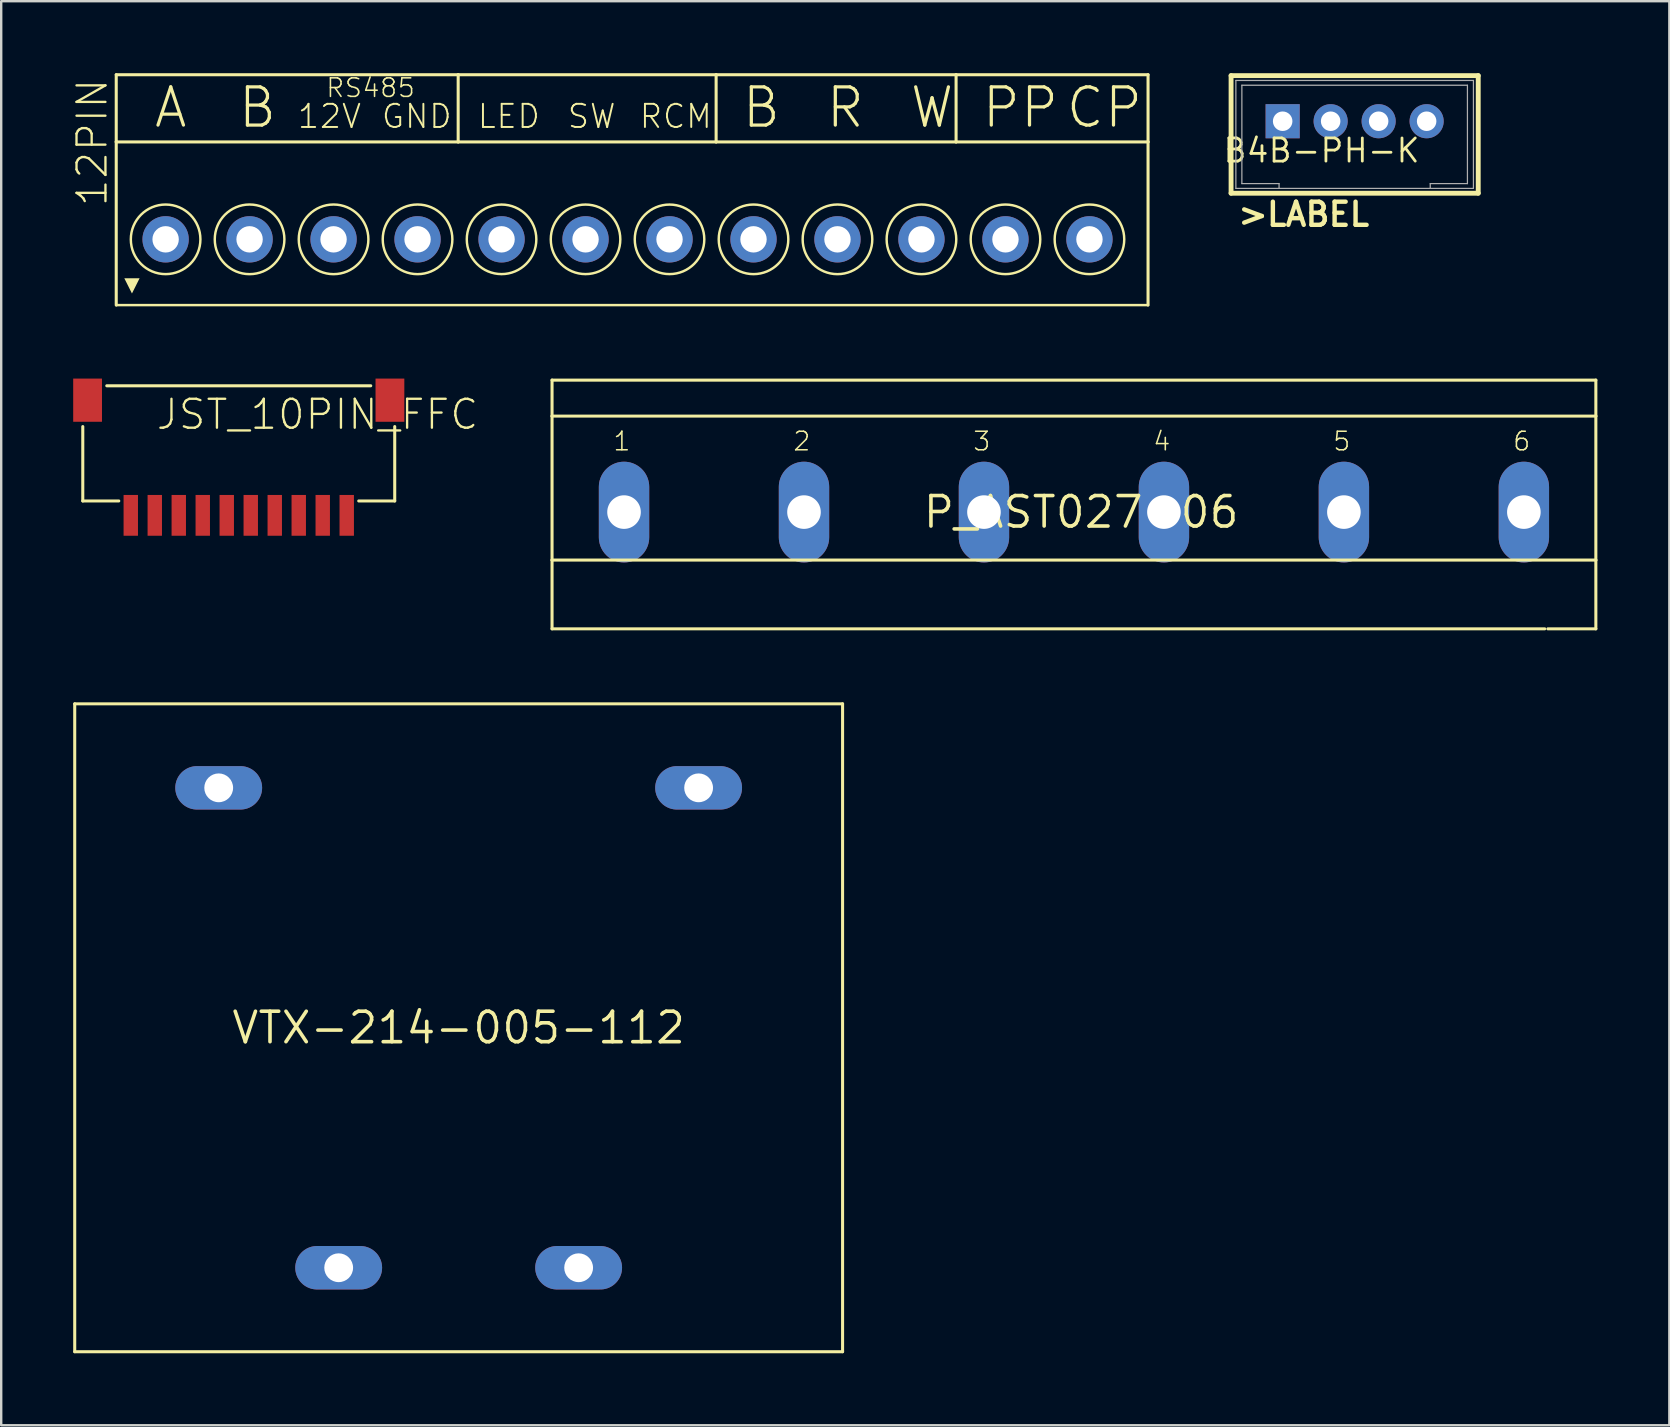
<source format=kicad_pcb>
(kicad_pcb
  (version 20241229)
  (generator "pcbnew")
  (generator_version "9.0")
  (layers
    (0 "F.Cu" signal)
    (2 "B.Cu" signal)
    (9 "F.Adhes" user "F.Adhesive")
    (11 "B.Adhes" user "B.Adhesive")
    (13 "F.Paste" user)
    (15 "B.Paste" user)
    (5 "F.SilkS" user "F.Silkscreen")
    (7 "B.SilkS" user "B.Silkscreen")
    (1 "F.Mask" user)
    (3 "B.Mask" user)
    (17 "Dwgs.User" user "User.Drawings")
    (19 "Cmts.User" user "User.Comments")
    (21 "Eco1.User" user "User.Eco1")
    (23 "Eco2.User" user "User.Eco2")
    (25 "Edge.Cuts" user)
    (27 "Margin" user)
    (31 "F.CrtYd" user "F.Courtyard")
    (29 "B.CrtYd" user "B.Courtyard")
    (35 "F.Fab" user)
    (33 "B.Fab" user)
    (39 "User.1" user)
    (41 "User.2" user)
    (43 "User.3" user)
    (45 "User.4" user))
  (footprint "VTX-214-005-112"
    (layer "F.Cu")
    (at 16.064 39.782)
    (property "Reference" "VTX-214-005-112" (at 0 0 0) (layer "F.SilkS") (effects (font (size 1.27 1.27) (thickness 0.15))))
    (attr through_hole)
    (fp_line (start -16 -13.5) (end -16 13.5) (stroke (width 0.127) (type solid)) (layer "F.SilkS"))
    (fp_line (start -16 13.5) (end 16 13.5) (stroke (width 0.127) (type solid)) (layer "F.SilkS"))
    (fp_line (start 16 -13.5) (end -16 -13.5) (stroke (width 0.127) (type solid)) (layer "F.SilkS"))
    (fp_line (start 16 13.5) (end 16 -13.5) (stroke (width 0.127) (type solid)) (layer "F.SilkS"))
    (pad "1" thru_hole oval (at 10 -10 180) (size 3.619 1.81) (drill 1.2) (layers "*.Cu" "*.Mask"))
    (pad "2" thru_hole oval (at -10 -10 180) (size 3.619 1.81) (drill 1.2) (layers "*.Cu" "*.Mask"))
    (pad "3" thru_hole oval (at -5 10 180) (size 3.619 1.81) (drill 1.2) (layers "*.Cu" "*.Mask"))
    (pad "4" thru_hole oval (at 5 10 180) (size 3.619 1.81) (drill 1.2) (layers "*.Cu" "*.Mask")))
  (footprint "12PIN"
    (layer "F.Cu")
    (at 22.794 6.364)
    (property "Reference" "12PIN" (at -21.297 -0.739 270) (layer "F.SilkS") (effects (font (size 1.206 1.206) (thickness 0.097)) (justify left bottom)))
    (attr through_hole)
    (fp_line (start -21 -3.5) (end -21 -6.3) (stroke (width 0.127) (type solid)) (layer "F.SilkS"))
    (fp_line (start -21 -3.5) (end -21 3.3) (stroke (width 0.127) (type solid)) (layer "F.SilkS"))
    (fp_line (start -21 -3.5) (end -6.75 -3.5) (stroke (width 0.127) (type solid)) (layer "F.SilkS"))
    (fp_line (start -21 3.3) (end 22 3.3) (stroke (width 0.102) (type solid)) (layer "F.SilkS"))
    (fp_line (start -6.75 -6.3) (end -21 -6.3) (stroke (width 0.127) (type solid)) (layer "F.SilkS"))
    (fp_line (start -6.75 -3.5) (end -6.75 -6.3) (stroke (width 0.127) (type solid)) (layer "F.SilkS"))
    (fp_line (start -6.75 -3.5) (end 4 -3.5) (stroke (width 0.127) (type solid)) (layer "F.SilkS"))
    (fp_line (start 4 -6.3) (end -6.75 -6.3) (stroke (width 0.127) (type solid)) (layer "F.SilkS"))
    (fp_line (start 4 -3.5) (end 4 -6.3) (stroke (width 0.127) (type solid)) (layer "F.SilkS"))
    (fp_line (start 4 -3.5) (end 14 -3.5) (stroke (width 0.127) (type solid)) (layer "F.SilkS"))
    (fp_line (start 14 -6.3) (end 4 -6.3) (stroke (width 0.127) (type solid)) (layer "F.SilkS"))
    (fp_line (start 14 -3.5) (end 14 -6.3) (stroke (width 0.127) (type solid)) (layer "F.SilkS"))
    (fp_line (start 14 -3.5) (end 22 -3.5) (stroke (width 0.127) (type solid)) (layer "F.SilkS"))
    (fp_line (start 22 -6.3) (end 14 -6.3) (stroke (width 0.127) (type solid)) (layer "F.SilkS"))
    (fp_line (start 22 -6.3) (end 22 -3.5) (stroke (width 0.127) (type solid)) (layer "F.SilkS"))
    (fp_line (start 22 -3.5) (end 22 3.3) (stroke (width 0.127) (type solid)) (layer "F.SilkS"))
    (fp_circle (center -18.942 0.56) (end -17.492 0.56) (stroke (width 0.102) (type solid)) (fill no) (layer "F.SilkS"))
    (fp_circle (center -15.443 0.56) (end -13.992 0.56) (stroke (width 0.102) (type solid)) (fill no) (layer "F.SilkS"))
    (fp_circle (center -11.943 0.56) (end -10.492 0.56) (stroke (width 0.102) (type solid)) (fill no) (layer "F.SilkS"))
    (fp_circle (center -8.443 0.56) (end -6.992 0.56) (stroke (width 0.102) (type solid)) (fill no) (layer "F.SilkS"))
    (fp_circle (center -4.942 0.56) (end -3.493 0.56) (stroke (width 0.102) (type solid)) (fill no) (layer "F.SilkS"))
    (fp_circle (center -1.442 0.56) (end 0.007 0.56) (stroke (width 0.102) (type solid)) (fill no) (layer "F.SilkS"))
    (fp_circle (center 2.058 0.56) (end 3.507 0.56) (stroke (width 0.102) (type solid)) (fill no) (layer "F.SilkS"))
    (fp_circle (center 5.558 0.56) (end 7.008 0.56) (stroke (width 0.102) (type solid)) (fill no) (layer "F.SilkS"))
    (fp_circle (center 9.057 0.56) (end 10.508 0.56) (stroke (width 0.102) (type solid)) (fill no) (layer "F.SilkS"))
    (fp_circle (center 12.557 0.56) (end 14.008 0.56) (stroke (width 0.102) (type solid)) (fill no) (layer "F.SilkS"))
    (fp_circle (center 16.058 0.56) (end 17.508 0.56) (stroke (width 0.102) (type solid)) (fill no) (layer "F.SilkS"))
    (fp_circle (center 19.558 0.56) (end 21.008 0.56) (stroke (width 0.102) (type solid)) (fill no) (layer "F.SilkS"))
    (fp_poly (pts (xy -20.345 2.817) (xy -20.663 2.183) (xy -20.027 2.183)) (stroke (width 0) (type solid)) (fill yes) (layer "F.SilkS"))
    (fp_text user "RCM" (at 0.75 -4 0) (layer "F.SilkS") (effects (font (size 0.965 0.965) (thickness 0.081)) (justify left bottom)))
    (fp_text user "12V" (at -13.5 -4 0) (layer "F.SilkS") (effects (font (size 0.965 0.965) (thickness 0.081)) (justify left bottom)))
    (fp_text user "RS485" (at -12.3 -5.3 0) (layer "F.SilkS") (effects (font (size 0.772 0.772) (thickness 0.065)) (justify left bottom)))
    (fp_text user "W" (at 12 -4 0) (layer "F.SilkS") (effects (font (size 1.593 1.593) (thickness 0.134)) (justify left bottom)))
    (fp_text user "A" (at -19.5 -4 0) (layer "F.SilkS") (effects (font (size 1.593 1.593) (thickness 0.134)) (justify left bottom)))
    (fp_text user "B" (at 5 -4 0) (layer "F.SilkS") (effects (font (size 1.593 1.593) (thickness 0.134)) (justify left bottom)))
    (fp_text user "GND" (at -10 -4 0) (layer "F.SilkS") (effects (font (size 0.965 0.965) (thickness 0.081)) (justify left bottom)))
    (fp_text user "SW" (at -2.25 -4 0) (layer "F.SilkS") (effects (font (size 0.965 0.965) (thickness 0.081)) (justify left bottom)))
    (fp_text user "B" (at -16 -4 0) (layer "F.SilkS") (effects (font (size 1.593 1.593) (thickness 0.134)) (justify left bottom)))
    (fp_text user "PP" (at 15 -4 0) (layer "F.SilkS") (effects (font (size 1.593 1.593) (thickness 0.134)) (justify left bottom)))
    (fp_text user "CP" (at 18.5 -4 0) (layer "F.SilkS") (effects (font (size 1.593 1.593) (thickness 0.134)) (justify left bottom)))
    (fp_text user "LED" (at -6 -4 0) (layer "F.SilkS") (effects (font (size 0.965 0.965) (thickness 0.081)) (justify left bottom)))
    (fp_text user "R" (at 8.5 -4 0) (layer "F.SilkS") (effects (font (size 1.593 1.593) (thickness 0.134)) (justify left bottom)))
    (pad "1" thru_hole circle (at -18.942 0.56 90) (size 1.93 1.93) (drill 1.1) (layers "*.Cu" "*.Mask"))
    (pad "2" thru_hole circle (at -15.443 0.56 90) (size 1.93 1.93) (drill 1.1) (layers "*.Cu" "*.Mask"))
    (pad "3" thru_hole circle (at -11.943 0.56 90) (size 1.93 1.93) (drill 1.1) (layers "*.Cu" "*.Mask"))
    (pad "4" thru_hole circle (at -8.443 0.56 90) (size 1.93 1.93) (drill 1.1) (layers "*.Cu" "*.Mask"))
    (pad "5" thru_hole circle (at -4.942 0.56 90) (size 1.93 1.93) (drill 1.1) (layers "*.Cu" "*.Mask"))
    (pad "6" thru_hole circle (at -1.442 0.56 90) (size 1.93 1.93) (drill 1.1) (layers "*.Cu" "*.Mask"))
    (pad "7" thru_hole circle (at 2.058 0.56 90) (size 1.93 1.93) (drill 1.1) (layers "*.Cu" "*.Mask"))
    (pad "8" thru_hole circle (at 5.558 0.56 90) (size 1.93 1.93) (drill 1.1) (layers "*.Cu" "*.Mask"))
    (pad "9" thru_hole circle (at 9.057 0.56 90) (size 1.93 1.93) (drill 1.1) (layers "*.Cu" "*.Mask"))
    (pad "10" thru_hole circle (at 12.557 0.56 90) (size 1.93 1.93) (drill 1.1) (layers "*.Cu" "*.Mask"))
    (pad "11" thru_hole circle (at 16.058 0.56 90) (size 1.93 1.93) (drill 1.1) (layers "*.Cu" "*.Mask"))
    (pad "12" thru_hole circle (at 19.558 0.56 90) (size 1.93 1.93) (drill 1.1) (layers "*.Cu" "*.Mask")))
  (footprint "JST_10PIN_FFC"
    (layer "F.Cu")
    (at 6.9 15.427)
    (property "Reference" "JST_10PIN_FFC" (at -3.5 -0.5 0) (layer "F.SilkS") (effects (font (size 1.206 1.206) (thickness 0.097)) (justify left bottom)))
    (attr through_hole)
    (fp_line (start -6.5 -0.7) (end -6.5 2.4) (stroke (width 0.127) (type solid)) (layer "F.SilkS"))
    (fp_line (start -6.5 2.4) (end -5 2.4) (stroke (width 0.127) (type solid)) (layer "F.SilkS"))
    (fp_line (start -5.5 -2.4) (end 5.5 -2.4) (stroke (width 0.127) (type solid)) (layer "F.SilkS"))
    (fp_line (start 6.5 -0.7) (end 6.5 2.4) (stroke (width 0.127) (type solid)) (layer "F.SilkS"))
    (fp_line (start 6.5 2.4) (end 5 2.4) (stroke (width 0.127) (type solid)) (layer "F.SilkS"))
    (pad "1" smd rect (at -4.5 3 90) (size 1.7 0.6) (layers "F.Cu" "F.Mask" "F.Paste"))
    (pad "2" smd rect (at -3.5 3 90) (size 1.7 0.6) (layers "F.Cu" "F.Mask" "F.Paste"))
    (pad "3" smd rect (at -2.5 3 90) (size 1.7 0.6) (layers "F.Cu" "F.Mask" "F.Paste"))
    (pad "4" smd rect (at -1.5 3 90) (size 1.7 0.6) (layers "F.Cu" "F.Mask" "F.Paste"))
    (pad "5" smd rect (at -0.5 3 90) (size 1.7 0.6) (layers "F.Cu" "F.Mask" "F.Paste"))
    (pad "6" smd rect (at 0.5 3 90) (size 1.7 0.6) (layers "F.Cu" "F.Mask" "F.Paste"))
    (pad "7" smd rect (at 1.5 3 90) (size 1.7 0.6) (layers "F.Cu" "F.Mask" "F.Paste"))
    (pad "8" smd rect (at 2.5 3 90) (size 1.7 0.6) (layers "F.Cu" "F.Mask" "F.Paste"))
    (pad "9" smd rect (at 3.5 3 90) (size 1.7 0.6) (layers "F.Cu" "F.Mask" "F.Paste"))
    (pad "10" smd rect (at 4.5 3 90) (size 1.7 0.6) (layers "F.Cu" "F.Mask" "F.Paste"))
    (pad "11" smd rect (at 6.3 -1.8 90) (size 1.8 1.2) (layers "F.Cu" "F.Mask" "F.Paste"))
    (pad "13" smd rect (at -6.3 -1.8 90) (size 1.8 1.2) (layers "F.Cu" "F.Mask" "F.Paste")))
  (footprint "P_AST027-06"
    (layer "F.Cu")
    (at 42.006 18.291)
    (property "Reference" "P_AST027-06" (at 0 0 0) (layer "F.SilkS") (effects (font (size 1.27 1.27) (thickness 0.15))))
    (attr through_hole)
    (fp_line (start -22.05 -5.5) (end 21.45 -5.5) (stroke (width 0.127) (type solid)) (layer "F.SilkS"))
    (fp_line (start -22.05 -4) (end -22.05 -5.5) (stroke (width 0.127) (type solid)) (layer "F.SilkS"))
    (fp_line (start -22.05 -4) (end 21.45 -4) (stroke (width 0.127) (type solid)) (layer "F.SilkS"))
    (fp_line (start -22.05 2) (end -22.05 -4) (stroke (width 0.127) (type solid)) (layer "F.SilkS"))
    (fp_line (start -22.05 2) (end 21.45 2) (stroke (width 0.127) (type solid)) (layer "F.SilkS"))
    (fp_line (start -22.05 4.865) (end -22.05 2) (stroke (width 0.127) (type solid)) (layer "F.SilkS"))
    (fp_line (start -22.05 4.865) (end 19.32 4.865) (stroke (width 0.127) (type solid)) (layer "F.SilkS"))
    (fp_line (start 19.45 4.865) (end 21.45 4.865) (stroke (width 0.127) (type solid)) (layer "F.SilkS"))
    (fp_line (start 21.45 -5.5) (end 21.45 -4) (stroke (width 0.127) (type solid)) (layer "F.SilkS"))
    (fp_line (start 21.45 -4) (end 21.45 2) (stroke (width 0.127) (type solid)) (layer "F.SilkS"))
    (fp_line (start 21.45 2) (end 21.45 4.865) (stroke (width 0.127) (type solid)) (layer "F.SilkS"))
    (fp_text user "6" (at 17.95 -2.5 0) (layer "F.SilkS") (effects (font (size 0.772 0.772) (thickness 0.065)) (justify left bottom)))
    (fp_text user "2" (at -12.05 -2.5 0) (layer "F.SilkS") (effects (font (size 0.772 0.772) (thickness 0.065)) (justify left bottom)))
    (fp_text user "4" (at 2.95 -2.5 0) (layer "F.SilkS") (effects (font (size 0.772 0.772) (thickness 0.065)) (justify left bottom)))
    (fp_text user "3" (at -4.55 -2.5 0) (layer "F.SilkS") (effects (font (size 0.772 0.772) (thickness 0.065)) (justify left bottom)))
    (fp_text user "5" (at 10.45 -2.5 0) (layer "F.SilkS") (effects (font (size 0.772 0.772) (thickness 0.065)) (justify left bottom)))
    (fp_text user "1" (at -19.55 -2.5 0) (layer "F.SilkS") (effects (font (size 0.772 0.772) (thickness 0.065)) (justify left bottom)))
    (pad "P$1" thru_hole oval (at -19.05 0 90) (size 4.2 2.1) (drill 1.4) (layers "*.Cu" "*.Mask"))
    (pad "P$2" thru_hole oval (at -11.55 0 90) (size 4.2 2.1) (drill 1.4) (layers "*.Cu" "*.Mask"))
    (pad "P$3" thru_hole oval (at -4.05 0 90) (size 4.2 2.1) (drill 1.4) (layers "*.Cu" "*.Mask"))
    (pad "P$4" thru_hole oval (at 3.45 0 90) (size 4.2 2.1) (drill 1.4) (layers "*.Cu" "*.Mask"))
    (pad "P$5" thru_hole oval (at 10.95 0 90) (size 4.2 2.1) (drill 1.4) (layers "*.Cu" "*.Mask"))
    (pad "P$6" thru_hole oval (at 18.45 0 90) (size 4.2 2.1) (drill 1.4) (layers "*.Cu" "*.Mask")))
  (footprint "B4B-PH-K"
    (layer "F.Cu")
    (at 53.404 2.002)
    (property "Reference" "B4B-PH-K" (at -5.547 1.786 180) (layer "F.SilkS") (effects (font (size 0.965 0.965) (thickness 0.116)) (justify left bottom)))
    (attr through_hole)
    (fp_line (start -5.15 -1.9) (end 5.15 -1.9) (stroke (width 0.203) (type solid)) (layer "F.SilkS"))
    (fp_line (start -5.15 3) (end -5.15 -1.9) (stroke (width 0.203) (type solid)) (layer "F.SilkS"))
    (fp_line (start 5.15 -1.9) (end 5.15 3) (stroke (width 0.203) (type solid)) (layer "F.SilkS"))
    (fp_line (start 5.15 3) (end -5.15 3) (stroke (width 0.203) (type solid)) (layer "F.SilkS"))
    (fp_line (start -4.95 -1.7) (end 4.95 -1.7) (stroke (width 0.051) (type solid)) (layer "F.Fab"))
    (fp_line (start -4.95 2.8) (end -4.95 -1.7) (stroke (width 0.051) (type solid)) (layer "F.Fab"))
    (fp_line (start -4.7 2.6) (end -4.7 -1.5) (stroke (width 0.051) (type solid)) (layer "F.Fab"))
    (fp_line (start -3.15 2.6) (end -4.7 2.6) (stroke (width 0.051) (type solid)) (layer "F.Fab"))
    (fp_line (start -3.15 2.8) (end -4.95 2.8) (stroke (width 0.051) (type solid)) (layer "F.Fab"))
    (fp_line (start -3.15 2.8) (end -3.15 2.6) (stroke (width 0.051) (type solid)) (layer "F.Fab"))
    (fp_line (start 3.15 2.8) (end -3.15 2.8) (stroke (width 0.051) (type solid)) (layer "F.Fab"))
    (fp_line (start 3.15 2.8) (end 3.15 2.6) (stroke (width 0.051) (type solid)) (layer "F.Fab"))
    (fp_line (start 4.7 -1.5) (end -4.7 -1.5) (stroke (width 0.051) (type solid)) (layer "F.Fab"))
    (fp_line (start 4.7 2.6) (end 3.15 2.6) (stroke (width 0.051) (type solid)) (layer "F.Fab"))
    (fp_line (start 4.7 2.6) (end 4.7 -1.5) (stroke (width 0.051) (type solid)) (layer "F.Fab"))
    (fp_line (start 4.95 -1.7) (end 4.95 2.8) (stroke (width 0.051) (type solid)) (layer "F.Fab"))
    (fp_line (start 4.95 2.8) (end 3.15 2.8) (stroke (width 0.051) (type solid)) (layer "F.Fab"))
    (fp_text user ">LABEL" (at -4.953 4.445 0) (layer "F.SilkS") (effects (font (size 0.965 0.965) (thickness 0.183)) (justify left bottom)))
    (pad "1" thru_hole rect (at -3 0 90) (size 1.422 1.422) (drill 0.813) (layers "*.Cu" "*.Mask"))
    (pad "2" thru_hole circle (at -1 0 90) (size 1.422 1.422) (drill 0.813) (layers "*.Cu" "*.Mask"))
    (pad "3" thru_hole circle (at 1 0 90) (size 1.422 1.422) (drill 0.813) (layers "*.Cu" "*.Mask"))
    (pad "4" thru_hole circle (at 3 0 90) (size 1.422 1.422) (drill 0.813) (layers "*.Cu" "*.Mask")))
  (gr_rect
    (start -3 -3)
    (end 66.519 56.346)
    (stroke (width 0.1) (type default))
    (fill no)
    (layer "Edge.Cuts")))
</source>
